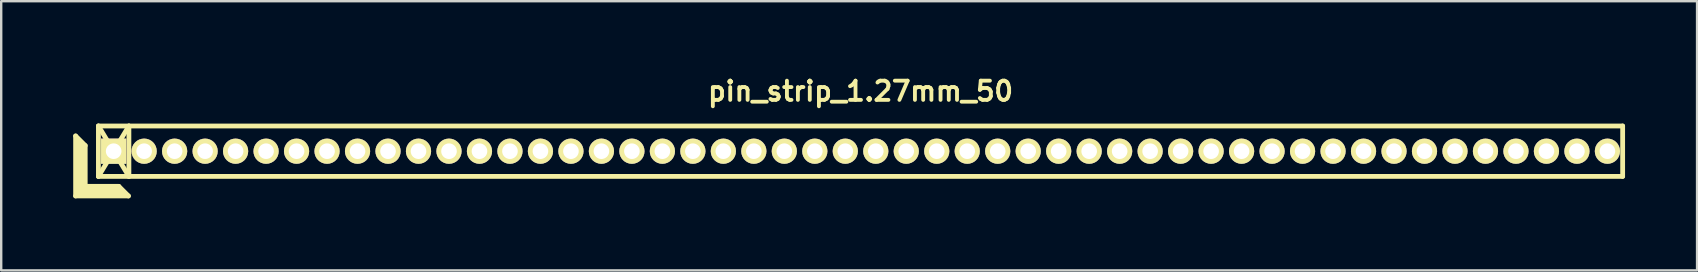
<source format=kicad_pcb>
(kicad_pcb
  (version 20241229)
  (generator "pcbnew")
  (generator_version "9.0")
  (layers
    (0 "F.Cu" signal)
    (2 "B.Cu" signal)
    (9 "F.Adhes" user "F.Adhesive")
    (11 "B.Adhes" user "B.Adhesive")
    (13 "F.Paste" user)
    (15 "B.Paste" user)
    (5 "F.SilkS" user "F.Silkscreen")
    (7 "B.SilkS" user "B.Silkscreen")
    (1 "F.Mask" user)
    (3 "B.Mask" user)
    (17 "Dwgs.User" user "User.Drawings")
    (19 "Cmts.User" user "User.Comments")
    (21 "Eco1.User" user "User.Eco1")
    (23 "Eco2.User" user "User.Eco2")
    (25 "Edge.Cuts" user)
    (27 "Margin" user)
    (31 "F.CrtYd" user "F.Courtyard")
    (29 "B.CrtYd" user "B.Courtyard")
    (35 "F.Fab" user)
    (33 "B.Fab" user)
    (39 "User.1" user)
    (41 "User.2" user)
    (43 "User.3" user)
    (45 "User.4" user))
  (footprint "pin_strip_1.27mm_50"
    (layer "F.Cu")
    (at 32.8 3.249)
    (property "Reference" "pin_strip_1.27mm_50" (at 0 -2.5 0) (layer "F.SilkS") (effects (font (size 0.8 0.8) (thickness 0.16))))
    (attr through_hole)
    (fp_line (start -32.7 -0.635) (end -32.7 1.865) (stroke (width 0.2) (type solid)) (layer "F.SilkS"))
    (fp_line (start -32.7 -0.635) (end -32.3 -0.235) (stroke (width 0.2) (type solid)) (layer "F.SilkS"))
    (fp_line (start -32.7 1.865) (end -30.5 1.865) (stroke (width 0.2) (type solid)) (layer "F.SilkS"))
    (fp_line (start -32.6 1.765) (end -32.6 -0.435) (stroke (width 0.2) (type solid)) (layer "F.SilkS"))
    (fp_line (start -32.6 1.765) (end -30.7 1.765) (stroke (width 0.2) (type solid)) (layer "F.SilkS"))
    (fp_line (start -32.5 1.665) (end -32.5 -0.335) (stroke (width 0.2) (type solid)) (layer "F.SilkS"))
    (fp_line (start -32.5 1.665) (end -30.8 1.665) (stroke (width 0.2) (type solid)) (layer "F.SilkS"))
    (fp_line (start -32.4 1.565) (end -32.4 -0.235) (stroke (width 0.2) (type solid)) (layer "F.SilkS"))
    (fp_line (start -32.4 1.565) (end -30.9 1.565) (stroke (width 0.2) (type solid)) (layer "F.SilkS"))
    (fp_line (start -32.3 1.465) (end -32.3 -0.235) (stroke (width 0.2) (type solid)) (layer "F.SilkS"))
    (fp_line (start -32.3 1.465) (end -30.9 1.465) (stroke (width 0.2) (type solid)) (layer "F.SilkS"))
    (fp_line (start -31.75 -1.05) (end -30.48 1.05) (stroke (width 0.2) (type solid)) (layer "F.SilkS"))
    (fp_line (start -31.75 -1.05) (end 31.75 -1.05) (stroke (width 0.2) (type solid)) (layer "F.SilkS"))
    (fp_line (start -31.75 1.05) (end -31.75 -1.05) (stroke (width 0.2) (type solid)) (layer "F.SilkS"))
    (fp_line (start -31.75 1.05) (end -30.48 -1.05) (stroke (width 0.2) (type solid)) (layer "F.SilkS"))
    (fp_line (start -30.9 1.465) (end -30.5 1.865) (stroke (width 0.2) (type solid)) (layer "F.SilkS"))
    (fp_line (start -30.48 -1.05) (end -30.48 1.05) (stroke (width 0.2) (type solid)) (layer "F.SilkS"))
    (fp_line (start 31.75 -1.05) (end 31.75 1.05) (stroke (width 0.2) (type solid)) (layer "F.SilkS"))
    (fp_line (start 31.75 1.05) (end -31.75 1.05) (stroke (width 0.2) (type solid)) (layer "F.SilkS"))
    (pad "1" thru_hole rect (at -31.115 0) (size 1.05 1.05) (drill 0.65) (layers "*.Cu" "*.Mask" "F.SilkS"))
    (pad "2" thru_hole oval (at -29.845 0) (size 1.05 1.05) (drill 0.65) (layers "*.Cu" "*.Mask" "F.SilkS"))
    (pad "3" thru_hole oval (at -28.575 0) (size 1.05 1.05) (drill 0.65) (layers "*.Cu" "*.Mask" "F.SilkS"))
    (pad "4" thru_hole oval (at -27.305 0) (size 1.05 1.05) (drill 0.65) (layers "*.Cu" "*.Mask" "F.SilkS"))
    (pad "5" thru_hole oval (at -26.035 0) (size 1.05 1.05) (drill 0.65) (layers "*.Cu" "*.Mask" "F.SilkS"))
    (pad "6" thru_hole oval (at -24.765 0) (size 1.05 1.05) (drill 0.65) (layers "*.Cu" "*.Mask" "F.SilkS"))
    (pad "7" thru_hole oval (at -23.495 0) (size 1.05 1.05) (drill 0.65) (layers "*.Cu" "*.Mask" "F.SilkS"))
    (pad "8" thru_hole oval (at -22.225 0) (size 1.05 1.05) (drill 0.65) (layers "*.Cu" "*.Mask" "F.SilkS"))
    (pad "9" thru_hole oval (at -20.955 0) (size 1.05 1.05) (drill 0.65) (layers "*.Cu" "*.Mask" "F.SilkS"))
    (pad "10" thru_hole oval (at -19.685 0) (size 1.05 1.05) (drill 0.65) (layers "*.Cu" "*.Mask" "F.SilkS"))
    (pad "11" thru_hole oval (at -18.415 0) (size 1.05 1.05) (drill 0.65) (layers "*.Cu" "*.Mask" "F.SilkS"))
    (pad "12" thru_hole oval (at -17.145 0) (size 1.05 1.05) (drill 0.65) (layers "*.Cu" "*.Mask" "F.SilkS"))
    (pad "13" thru_hole oval (at -15.875 0) (size 1.05 1.05) (drill 0.65) (layers "*.Cu" "*.Mask" "F.SilkS"))
    (pad "14" thru_hole oval (at -14.605 0) (size 1.05 1.05) (drill 0.65) (layers "*.Cu" "*.Mask" "F.SilkS"))
    (pad "15" thru_hole oval (at -13.335 0) (size 1.05 1.05) (drill 0.65) (layers "*.Cu" "*.Mask" "F.SilkS"))
    (pad "16" thru_hole oval (at -12.065 0) (size 1.05 1.05) (drill 0.65) (layers "*.Cu" "*.Mask" "F.SilkS"))
    (pad "17" thru_hole oval (at -10.795 0) (size 1.05 1.05) (drill 0.65) (layers "*.Cu" "*.Mask" "F.SilkS"))
    (pad "18" thru_hole oval (at -9.525 0) (size 1.05 1.05) (drill 0.65) (layers "*.Cu" "*.Mask" "F.SilkS"))
    (pad "19" thru_hole oval (at -8.255 0) (size 1.05 1.05) (drill 0.65) (layers "*.Cu" "*.Mask" "F.SilkS"))
    (pad "20" thru_hole oval (at -6.985 0) (size 1.05 1.05) (drill 0.65) (layers "*.Cu" "*.Mask" "F.SilkS"))
    (pad "21" thru_hole oval (at -5.715 0) (size 1.05 1.05) (drill 0.65) (layers "*.Cu" "*.Mask" "F.SilkS"))
    (pad "22" thru_hole oval (at -4.445 0) (size 1.05 1.05) (drill 0.65) (layers "*.Cu" "*.Mask" "F.SilkS"))
    (pad "23" thru_hole oval (at -3.175 0) (size 1.05 1.05) (drill 0.65) (layers "*.Cu" "*.Mask" "F.SilkS"))
    (pad "24" thru_hole oval (at -1.905 0) (size 1.05 1.05) (drill 0.65) (layers "*.Cu" "*.Mask" "F.SilkS"))
    (pad "25" thru_hole oval (at -0.635 0) (size 1.05 1.05) (drill 0.65) (layers "*.Cu" "*.Mask" "F.SilkS"))
    (pad "26" thru_hole oval (at 0.635 0) (size 1.05 1.05) (drill 0.65) (layers "*.Cu" "*.Mask" "F.SilkS"))
    (pad "27" thru_hole oval (at 1.905 0) (size 1.05 1.05) (drill 0.65) (layers "*.Cu" "*.Mask" "F.SilkS"))
    (pad "28" thru_hole oval (at 3.175 0) (size 1.05 1.05) (drill 0.65) (layers "*.Cu" "*.Mask" "F.SilkS"))
    (pad "29" thru_hole oval (at 4.445 0) (size 1.05 1.05) (drill 0.65) (layers "*.Cu" "*.Mask" "F.SilkS"))
    (pad "30" thru_hole oval (at 5.715 0) (size 1.05 1.05) (drill 0.65) (layers "*.Cu" "*.Mask" "F.SilkS"))
    (pad "31" thru_hole oval (at 6.985 0) (size 1.05 1.05) (drill 0.65) (layers "*.Cu" "*.Mask" "F.SilkS"))
    (pad "32" thru_hole oval (at 8.255 0) (size 1.05 1.05) (drill 0.65) (layers "*.Cu" "*.Mask" "F.SilkS"))
    (pad "33" thru_hole oval (at 9.525 0) (size 1.05 1.05) (drill 0.65) (layers "*.Cu" "*.Mask" "F.SilkS"))
    (pad "34" thru_hole oval (at 10.795 0) (size 1.05 1.05) (drill 0.65) (layers "*.Cu" "*.Mask" "F.SilkS"))
    (pad "35" thru_hole oval (at 12.065 0) (size 1.05 1.05) (drill 0.65) (layers "*.Cu" "*.Mask" "F.SilkS"))
    (pad "36" thru_hole oval (at 13.335 0) (size 1.05 1.05) (drill 0.65) (layers "*.Cu" "*.Mask" "F.SilkS"))
    (pad "37" thru_hole oval (at 14.605 0) (size 1.05 1.05) (drill 0.65) (layers "*.Cu" "*.Mask" "F.SilkS"))
    (pad "38" thru_hole oval (at 15.875 0) (size 1.05 1.05) (drill 0.65) (layers "*.Cu" "*.Mask" "F.SilkS"))
    (pad "39" thru_hole oval (at 17.145 0) (size 1.05 1.05) (drill 0.65) (layers "*.Cu" "*.Mask" "F.SilkS"))
    (pad "40" thru_hole oval (at 18.415 0) (size 1.05 1.05) (drill 0.65) (layers "*.Cu" "*.Mask" "F.SilkS"))
    (pad "41" thru_hole oval (at 19.685 0) (size 1.05 1.05) (drill 0.65) (layers "*.Cu" "*.Mask" "F.SilkS"))
    (pad "42" thru_hole oval (at 20.955 0) (size 1.05 1.05) (drill 0.65) (layers "*.Cu" "*.Mask" "F.SilkS"))
    (pad "43" thru_hole oval (at 22.225 0) (size 1.05 1.05) (drill 0.65) (layers "*.Cu" "*.Mask" "F.SilkS"))
    (pad "44" thru_hole oval (at 23.495 0) (size 1.05 1.05) (drill 0.65) (layers "*.Cu" "*.Mask" "F.SilkS"))
    (pad "45" thru_hole oval (at 24.765 0) (size 1.05 1.05) (drill 0.65) (layers "*.Cu" "*.Mask" "F.SilkS"))
    (pad "46" thru_hole oval (at 26.035 0) (size 1.05 1.05) (drill 0.65) (layers "*.Cu" "*.Mask" "F.SilkS"))
    (pad "47" thru_hole oval (at 27.305 0) (size 1.05 1.05) (drill 0.65) (layers "*.Cu" "*.Mask" "F.SilkS"))
    (pad "48" thru_hole oval (at 28.575 0) (size 1.05 1.05) (drill 0.65) (layers "*.Cu" "*.Mask" "F.SilkS"))
    (pad "49" thru_hole oval (at 29.845 0) (size 1.05 1.05) (drill 0.65) (layers "*.Cu" "*.Mask" "F.SilkS"))
    (pad "50" thru_hole oval (at 31.115 0) (size 1.05 1.05) (drill 0.65) (layers "*.Cu" "*.Mask" "F.SilkS")))
  (gr_rect
    (start -3 -3)
    (end 67.65 8.214)
    (stroke (width 0.1) (type default))
    (fill no)
    (layer "Edge.Cuts")))
</source>
